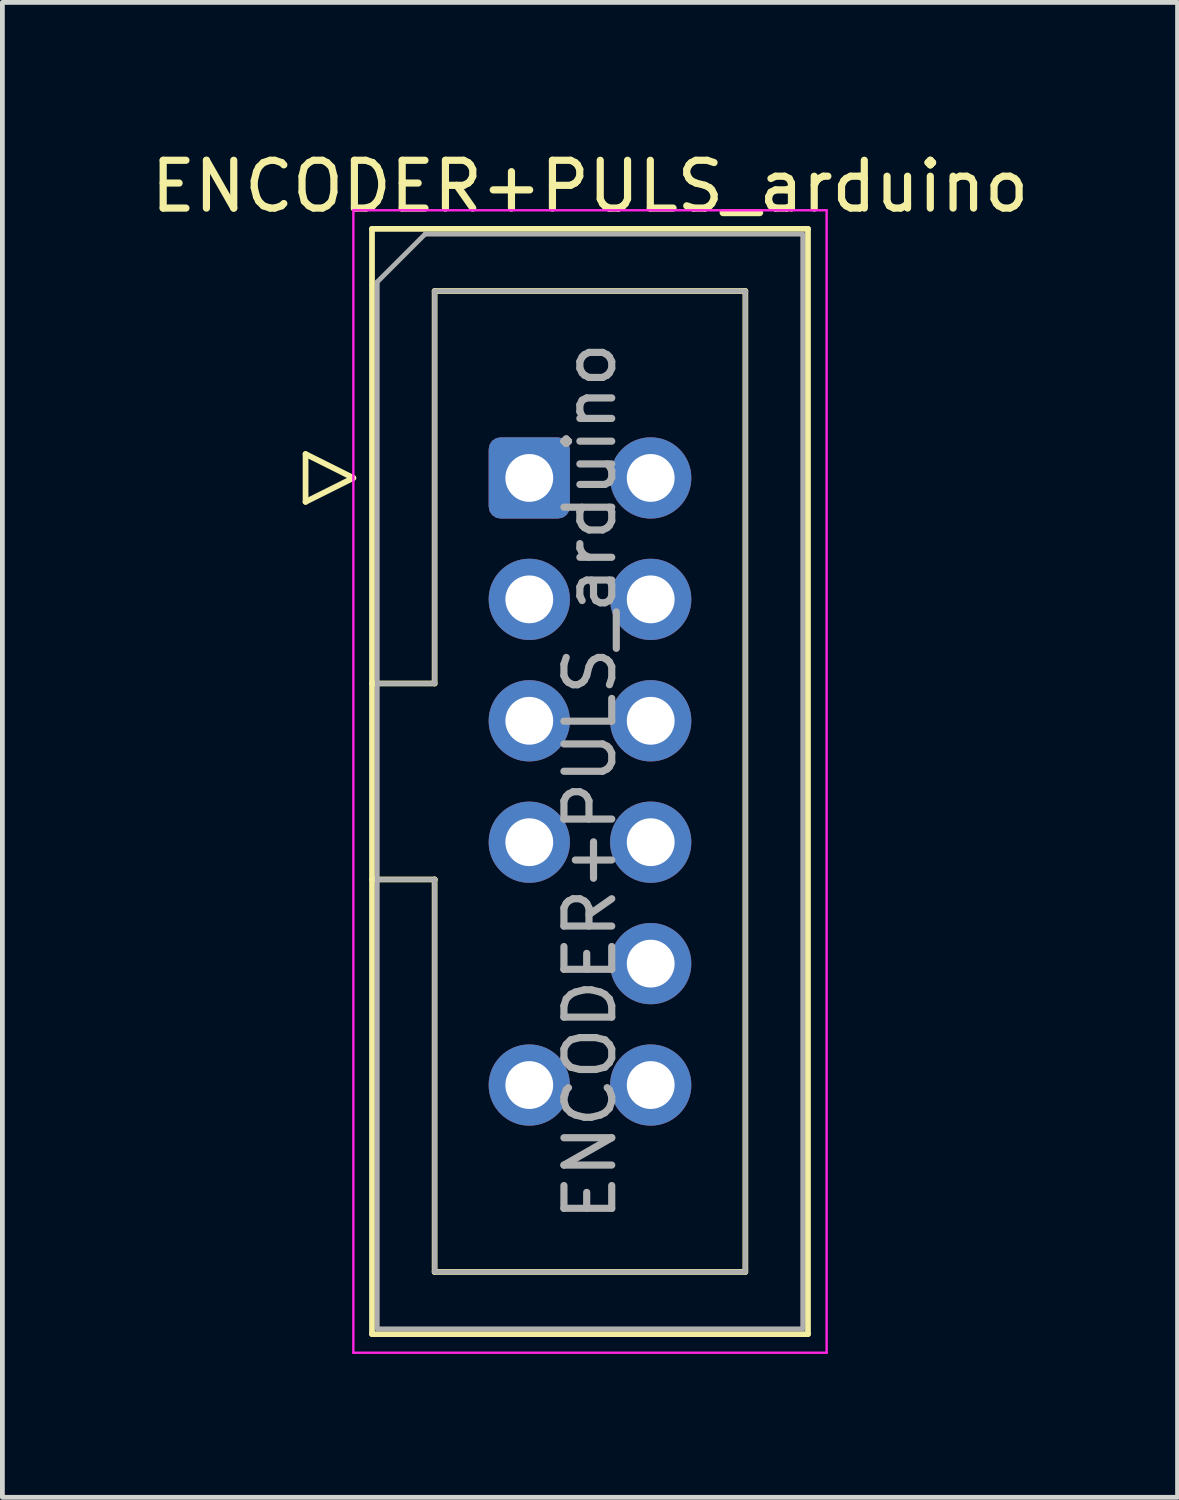
<source format=kicad_pcb>
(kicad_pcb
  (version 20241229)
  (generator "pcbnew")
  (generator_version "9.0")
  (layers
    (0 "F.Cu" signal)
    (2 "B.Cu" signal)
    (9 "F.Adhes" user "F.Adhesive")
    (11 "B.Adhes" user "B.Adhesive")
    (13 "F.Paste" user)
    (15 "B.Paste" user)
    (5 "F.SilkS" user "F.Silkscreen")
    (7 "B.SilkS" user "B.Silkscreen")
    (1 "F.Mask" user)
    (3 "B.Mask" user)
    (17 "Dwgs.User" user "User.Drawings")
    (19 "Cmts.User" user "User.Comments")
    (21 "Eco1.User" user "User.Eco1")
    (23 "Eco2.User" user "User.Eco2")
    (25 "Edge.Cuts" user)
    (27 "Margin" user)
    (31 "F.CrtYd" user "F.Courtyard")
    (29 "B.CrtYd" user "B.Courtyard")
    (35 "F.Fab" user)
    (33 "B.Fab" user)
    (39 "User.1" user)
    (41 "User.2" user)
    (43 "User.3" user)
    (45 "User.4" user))
  (footprint "ENCODER+PULS_arduino"
    (layer "F.Cu")
    (at 8.022 6.948)
    (property "Reference" "ENCODER+PULS_arduino" (at 1.27 -6.1 0) (layer "F.SilkS") (effects (font (size 1 1) (thickness 0.15))))
    (attr through_hole)
    (fp_line (start -4.68 -0.5) (end -4.68 0.5) (stroke (width 0.12) (type solid)) (layer "F.SilkS"))
    (fp_line (start -4.68 0.5) (end -3.68 0) (stroke (width 0.12) (type solid)) (layer "F.SilkS"))
    (fp_line (start -3.68 0) (end -4.68 -0.5) (stroke (width 0.12) (type solid)) (layer "F.SilkS"))
    (fp_line (start -3.29 -5.21) (end 5.83 -5.21) (stroke (width 0.12) (type solid)) (layer "F.SilkS"))
    (fp_line (start -3.29 4.3) (end -1.98 4.3) (stroke (width 0.12) (type solid)) (layer "F.SilkS"))
    (fp_line (start -3.29 17.91) (end -3.29 -5.21) (stroke (width 0.12) (type solid)) (layer "F.SilkS"))
    (fp_line (start -1.98 -3.91) (end 4.52 -3.91) (stroke (width 0.12) (type solid)) (layer "F.SilkS"))
    (fp_line (start -1.98 4.3) (end -1.98 -3.91) (stroke (width 0.12) (type solid)) (layer "F.SilkS"))
    (fp_line (start -1.98 8.4) (end -3.29 8.4) (stroke (width 0.12) (type solid)) (layer "F.SilkS"))
    (fp_line (start -1.98 8.4) (end -1.98 8.4) (stroke (width 0.12) (type solid)) (layer "F.SilkS"))
    (fp_line (start -1.98 16.61) (end -1.98 8.4) (stroke (width 0.12) (type solid)) (layer "F.SilkS"))
    (fp_line (start 4.52 -3.91) (end 4.52 16.61) (stroke (width 0.12) (type solid)) (layer "F.SilkS"))
    (fp_line (start 4.52 16.61) (end -1.98 16.61) (stroke (width 0.12) (type solid)) (layer "F.SilkS"))
    (fp_line (start 5.83 -5.21) (end 5.83 17.91) (stroke (width 0.12) (type solid)) (layer "F.SilkS"))
    (fp_line (start 5.83 17.91) (end -3.29 17.91) (stroke (width 0.12) (type solid)) (layer "F.SilkS"))
    (fp_line (start -3.68 -5.6) (end -3.68 18.3) (stroke (width 0.05) (type solid)) (layer "F.CrtYd"))
    (fp_line (start -3.68 18.3) (end 6.22 18.3) (stroke (width 0.05) (type solid)) (layer "F.CrtYd"))
    (fp_line (start 6.22 -5.6) (end -3.68 -5.6) (stroke (width 0.05) (type solid)) (layer "F.CrtYd"))
    (fp_line (start 6.22 18.3) (end 6.22 -5.6) (stroke (width 0.05) (type solid)) (layer "F.CrtYd"))
    (fp_line (start -3.18 -4.1) (end -2.18 -5.1) (stroke (width 0.1) (type solid)) (layer "F.Fab"))
    (fp_line (start -3.18 4.3) (end -1.98 4.3) (stroke (width 0.1) (type solid)) (layer "F.Fab"))
    (fp_line (start -3.18 17.8) (end -3.18 -4.1) (stroke (width 0.1) (type solid)) (layer "F.Fab"))
    (fp_line (start -2.18 -5.1) (end 5.72 -5.1) (stroke (width 0.1) (type solid)) (layer "F.Fab"))
    (fp_line (start -1.98 -3.91) (end 4.52 -3.91) (stroke (width 0.1) (type solid)) (layer "F.Fab"))
    (fp_line (start -1.98 4.3) (end -1.98 -3.91) (stroke (width 0.1) (type solid)) (layer "F.Fab"))
    (fp_line (start -1.98 8.4) (end -3.18 8.4) (stroke (width 0.1) (type solid)) (layer "F.Fab"))
    (fp_line (start -1.98 8.4) (end -1.98 8.4) (stroke (width 0.1) (type solid)) (layer "F.Fab"))
    (fp_line (start -1.98 16.61) (end -1.98 8.4) (stroke (width 0.1) (type solid)) (layer "F.Fab"))
    (fp_line (start 4.52 -3.91) (end 4.52 16.61) (stroke (width 0.1) (type solid)) (layer "F.Fab"))
    (fp_line (start 4.52 16.61) (end -1.98 16.61) (stroke (width 0.1) (type solid)) (layer "F.Fab"))
    (fp_line (start 5.72 -5.1) (end 5.72 17.8) (stroke (width 0.1) (type solid)) (layer "F.Fab"))
    (fp_line (start 5.72 17.8) (end -3.18 17.8) (stroke (width 0.1) (type solid)) (layer "F.Fab"))
    (fp_text user "${REFERENCE}" (at 1.27 6.35 90) (layer "F.Fab") (effects (font (size 1 1) (thickness 0.15))))
    (pad "1" thru_hole roundrect (at 0 0) (size 1.7 1.7) (drill 1) (layers "*.Cu" "*.Mask") (roundrect_rratio 0.147))
    (pad "2" thru_hole circle (at 2.54 0) (size 1.7 1.7) (drill 1) (layers "*.Cu" "*.Mask"))
    (pad "3" thru_hole circle (at 0 2.54) (size 1.7 1.7) (drill 1) (layers "*.Cu" "*.Mask"))
    (pad "4" thru_hole circle (at 2.54 2.54) (size 1.7 1.7) (drill 1) (layers "*.Cu" "*.Mask"))
    (pad "5" thru_hole circle (at 0 5.08) (size 1.7 1.7) (drill 1) (layers "*.Cu" "*.Mask"))
    (pad "6" thru_hole circle (at 2.54 5.08) (size 1.7 1.7) (drill 1) (layers "*.Cu" "*.Mask"))
    (pad "7" thru_hole circle (at 0 7.62) (size 1.7 1.7) (drill 1) (layers "*.Cu" "*.Mask"))
    (pad "8" thru_hole circle (at 2.54 7.62) (size 1.7 1.7) (drill 1) (layers "*.Cu" "*.Mask"))
    (pad "10" thru_hole circle (at 2.54 10.16) (size 1.7 1.7) (drill 1) (layers "*.Cu" "*.Mask"))
    (pad "11" thru_hole circle (at 0 12.7) (size 1.7 1.7) (drill 1) (layers "*.Cu" "*.Mask"))
    (pad "12" thru_hole circle (at 2.54 12.7) (size 1.7 1.7) (drill 1) (layers "*.Cu" "*.Mask")))
  (gr_rect
    (start -3 -3)
    (end 21.583 28.273)
    (stroke (width 0.1) (type default))
    (fill no)
    (layer "Edge.Cuts")))
</source>
